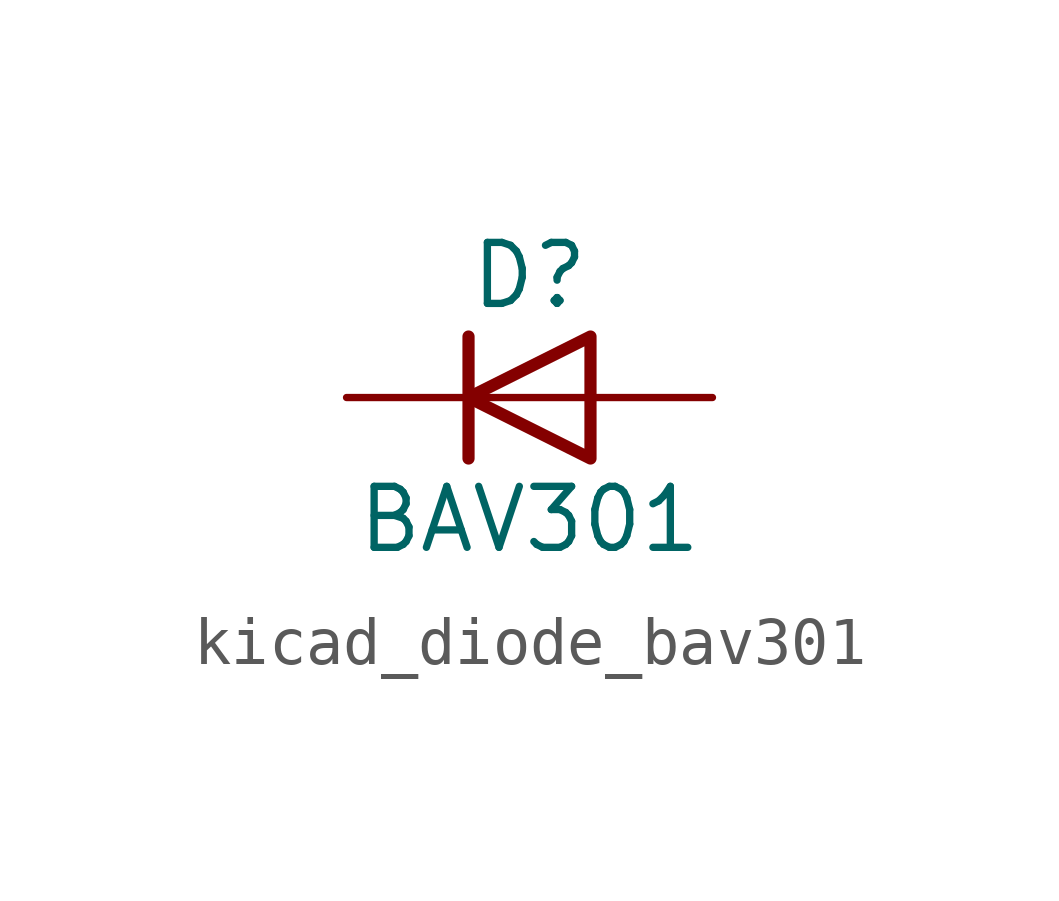
<source format=kicad_sym>
(kicad_symbol_lib
  (version 20220914)
  (generator kicad_symbol_editor)
  (symbol "kicad_diode_bav301"
    (pin_numbers hide)
    (pin_names hide)
    (property "Reference" "D"
      (at 0 2.54 0)
      (effects (font (size 1.27 1.27))))
    (property "Value" "BAV301"
      (at 0 -2.54 0)
      (effects (font (size 1.27 1.27))))
    (symbol "kicad_diode_bav301_0_1"
      (polyline (pts (xy -1.27 1.27) (xy -1.27 -1.27)) (stroke (width 0.254) (type default)) (fill (type none)))
      (polyline (pts (xy 1.27 0) (xy -1.27 0)) (stroke (width 0) (type default)) (fill (type none)))
      (polyline (pts (xy 1.27 1.27) (xy 1.27 -1.27) (xy -1.27 0) (xy 1.27 1.27)) (stroke (width 0.254) (type default)) (fill (type none))))
    (symbol "kicad_diode_bav301_1_1"
      (pin passive line (at -3.81 0 0) (length 2.54) (name "K" (effects (font (size 1.27 1.27)))) (number "1" (effects (font (size 1.27 1.27)))))
      (pin passive line (at 3.81 0 180) (length 2.54) (name "A" (effects (font (size 1.27 1.27)))) (number "2" (effects (font (size 1.27 1.27))))))))
</source>
